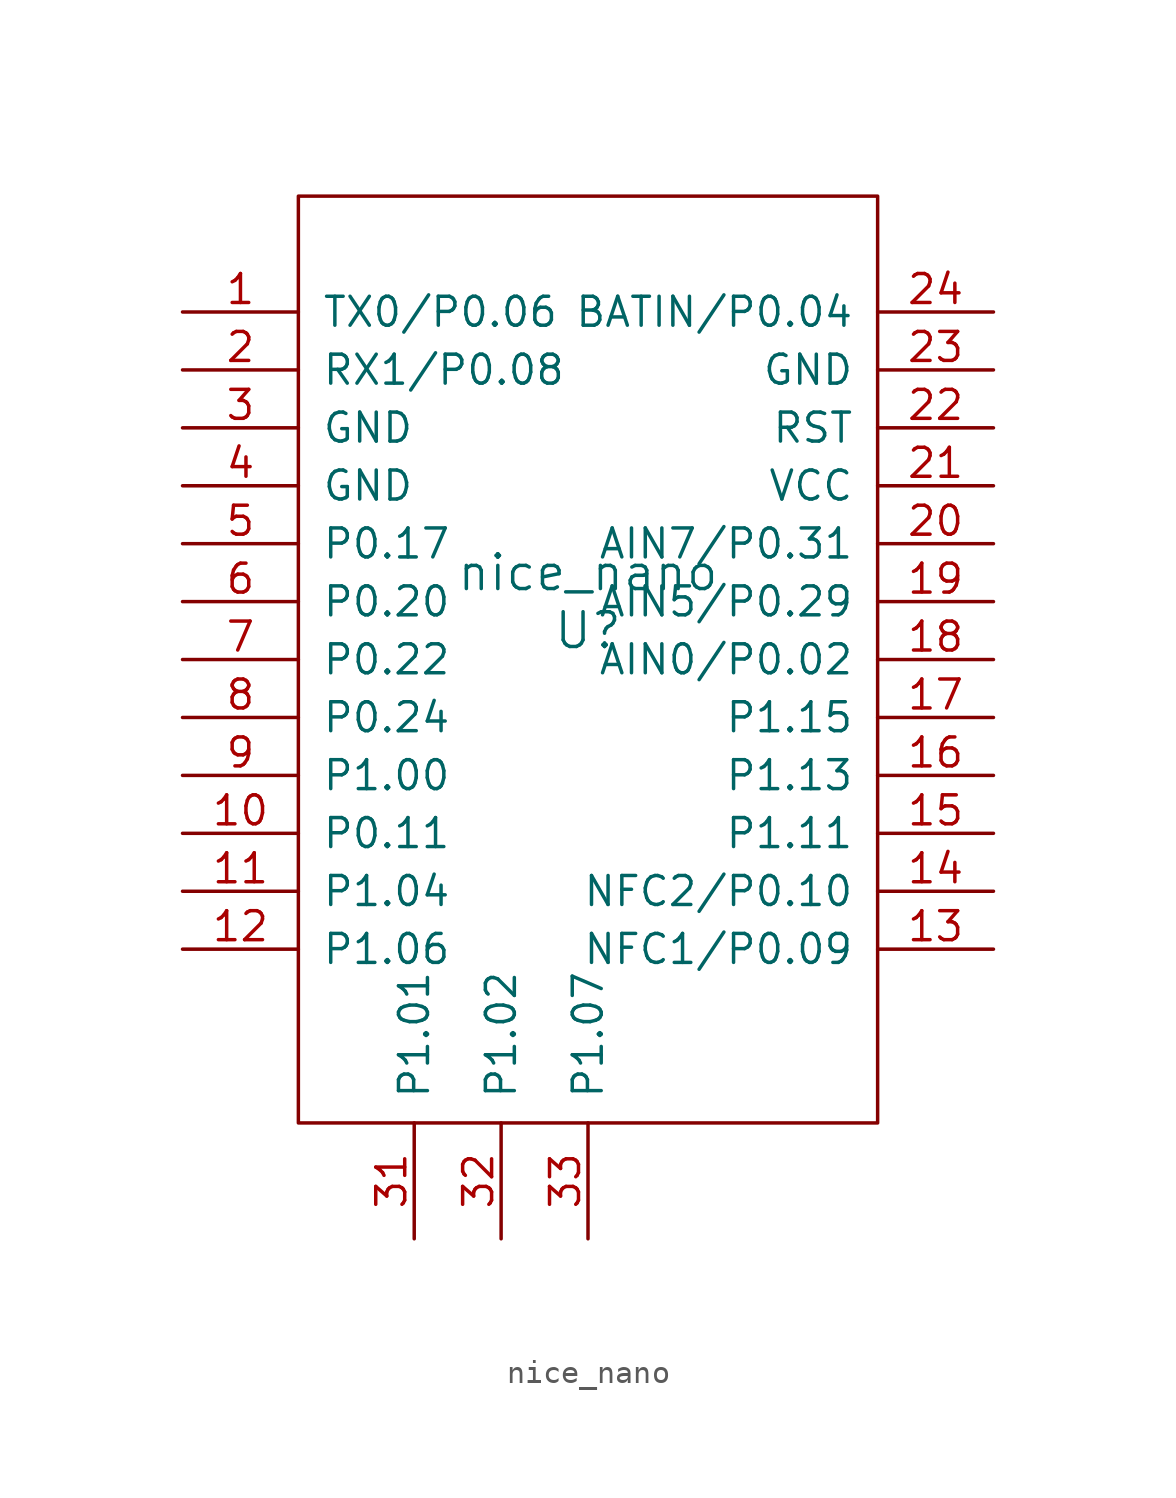
<source format=kicad_sym>
(kicad_symbol_lib
  (version 20241209)
  (generator "kicad_symbol_editor")
  (generator_version "9.0")
  (symbol "nice_nano"
    (pin_names
      (offset 1.016))
    (property "Reference" "U"
      (at 0 0 0)
      (effects (font (size 1.524 1.524))))
    (property "Value" "nice_nano"
      (at 0 2.54 0)
      (effects (font (size 1.524 1.524))))
    (symbol "nice_nano_0_1"
      (rectangle (start -12.7 -21.59) (end 12.7 19.05) (stroke (width 0) (type solid)) (fill (type none))))
    (symbol "nice_nano_1_1"
      (pin bidirectional line (at -17.78 13.97 0) (length 5.08) (name "TX0/P0.06" (effects (font (size 1.27 1.27)))) (number "1" (effects (font (size 1.27 1.27)))))
      (pin bidirectional line (at -17.78 11.43 0) (length 5.08) (name "RX1/P0.08" (effects (font (size 1.27 1.27)))) (number "2" (effects (font (size 1.27 1.27)))))
      (pin unspecified line (at -17.78 8.89 0) (length 5.08) (name "GND" (effects (font (size 1.27 1.27)))) (number "3" (effects (font (size 1.27 1.27)))))
      (pin unspecified line (at -17.78 6.35 0) (length 5.08) (name "GND" (effects (font (size 1.27 1.27)))) (number "4" (effects (font (size 1.27 1.27)))))
      (pin bidirectional line (at -17.78 3.81 0) (length 5.08) (name "P0.17" (effects (font (size 1.27 1.27)))) (number "5" (effects (font (size 1.27 1.27)))))
      (pin bidirectional line (at -17.78 1.27 0) (length 5.08) (name "P0.20" (effects (font (size 1.27 1.27)))) (number "6" (effects (font (size 1.27 1.27)))))
      (pin bidirectional line (at -17.78 -1.27 0) (length 5.08) (name "P0.22" (effects (font (size 1.27 1.27)))) (number "7" (effects (font (size 1.27 1.27)))))
      (pin bidirectional line (at -17.78 -3.81 0) (length 5.08) (name "P0.24" (effects (font (size 1.27 1.27)))) (number "8" (effects (font (size 1.27 1.27)))))
      (pin bidirectional line (at -17.78 -6.35 0) (length 5.08) (name "P1.00" (effects (font (size 1.27 1.27)))) (number "9" (effects (font (size 1.27 1.27)))))
      (pin bidirectional line (at -17.78 -8.89 0) (length 5.08) (name "P0.11" (effects (font (size 1.27 1.27)))) (number "10" (effects (font (size 1.27 1.27)))))
      (pin bidirectional line (at -17.78 -11.43 0) (length 5.08) (name "P1.04" (effects (font (size 1.27 1.27)))) (number "11" (effects (font (size 1.27 1.27)))))
      (pin bidirectional line (at -17.78 -13.97 0) (length 5.08) (name "P1.06" (effects (font (size 1.27 1.27)))) (number "12" (effects (font (size 1.27 1.27)))))
      (pin input line (at -7.62 -26.67 90) (length 5.08) (name "P1.01" (effects (font (size 1.27 1.27)))) (number "31" (effects (font (size 1.27 1.27)))))
      (pin input line (at -3.81 -26.67 90) (length 5.08) (name "P1.02" (effects (font (size 1.27 1.27)))) (number "32" (effects (font (size 1.27 1.27)))))
      (pin input line (at 0 -26.67 90) (length 5.08) (name "P1.07" (effects (font (size 1.27 1.27)))) (number "33" (effects (font (size 1.27 1.27)))))
      (pin unspecified line (at 17.78 13.97 180) (length 5.08) (name "BATIN/P0.04" (effects (font (size 1.27 1.27)))) (number "24" (effects (font (size 1.27 1.27)))))
      (pin unspecified line (at 17.78 11.43 180) (length 5.08) (name "GND" (effects (font (size 1.27 1.27)))) (number "23" (effects (font (size 1.27 1.27)))))
      (pin input line (at 17.78 8.89 180) (length 5.08) (name "RST" (effects (font (size 1.27 1.27)))) (number "22" (effects (font (size 1.27 1.27)))))
      (pin power_out line (at 17.78 6.35 180) (length 5.08) (name "VCC" (effects (font (size 1.27 1.27)))) (number "21" (effects (font (size 1.27 1.27)))))
      (pin bidirectional line (at 17.78 3.81 180) (length 5.08) (name "AIN7/P0.31" (effects (font (size 1.27 1.27)))) (number "20" (effects (font (size 1.27 1.27)))))
      (pin bidirectional line (at 17.78 1.27 180) (length 5.08) (name "AIN5/P0.29" (effects (font (size 1.27 1.27)))) (number "19" (effects (font (size 1.27 1.27)))))
      (pin bidirectional line (at 17.78 -1.27 180) (length 5.08) (name "AIN0/P0.02" (effects (font (size 1.27 1.27)))) (number "18" (effects (font (size 1.27 1.27)))))
      (pin bidirectional line (at 17.78 -3.81 180) (length 5.08) (name "P1.15" (effects (font (size 1.27 1.27)))) (number "17" (effects (font (size 1.27 1.27)))))
      (pin bidirectional line (at 17.78 -6.35 180) (length 5.08) (name "P1.13" (effects (font (size 1.27 1.27)))) (number "16" (effects (font (size 1.27 1.27)))))
      (pin bidirectional line (at 17.78 -8.89 180) (length 5.08) (name "P1.11" (effects (font (size 1.27 1.27)))) (number "15" (effects (font (size 1.27 1.27)))))
      (pin bidirectional line (at 17.78 -11.43 180) (length 5.08) (name "NFC2/P0.10" (effects (font (size 1.27 1.27)))) (number "14" (effects (font (size 1.27 1.27)))))
      (pin bidirectional line (at 17.78 -13.97 180) (length 5.08) (name "NFC1/P0.09" (effects (font (size 1.27 1.27)))) (number "13" (effects (font (size 1.27 1.27))))))))
</source>
